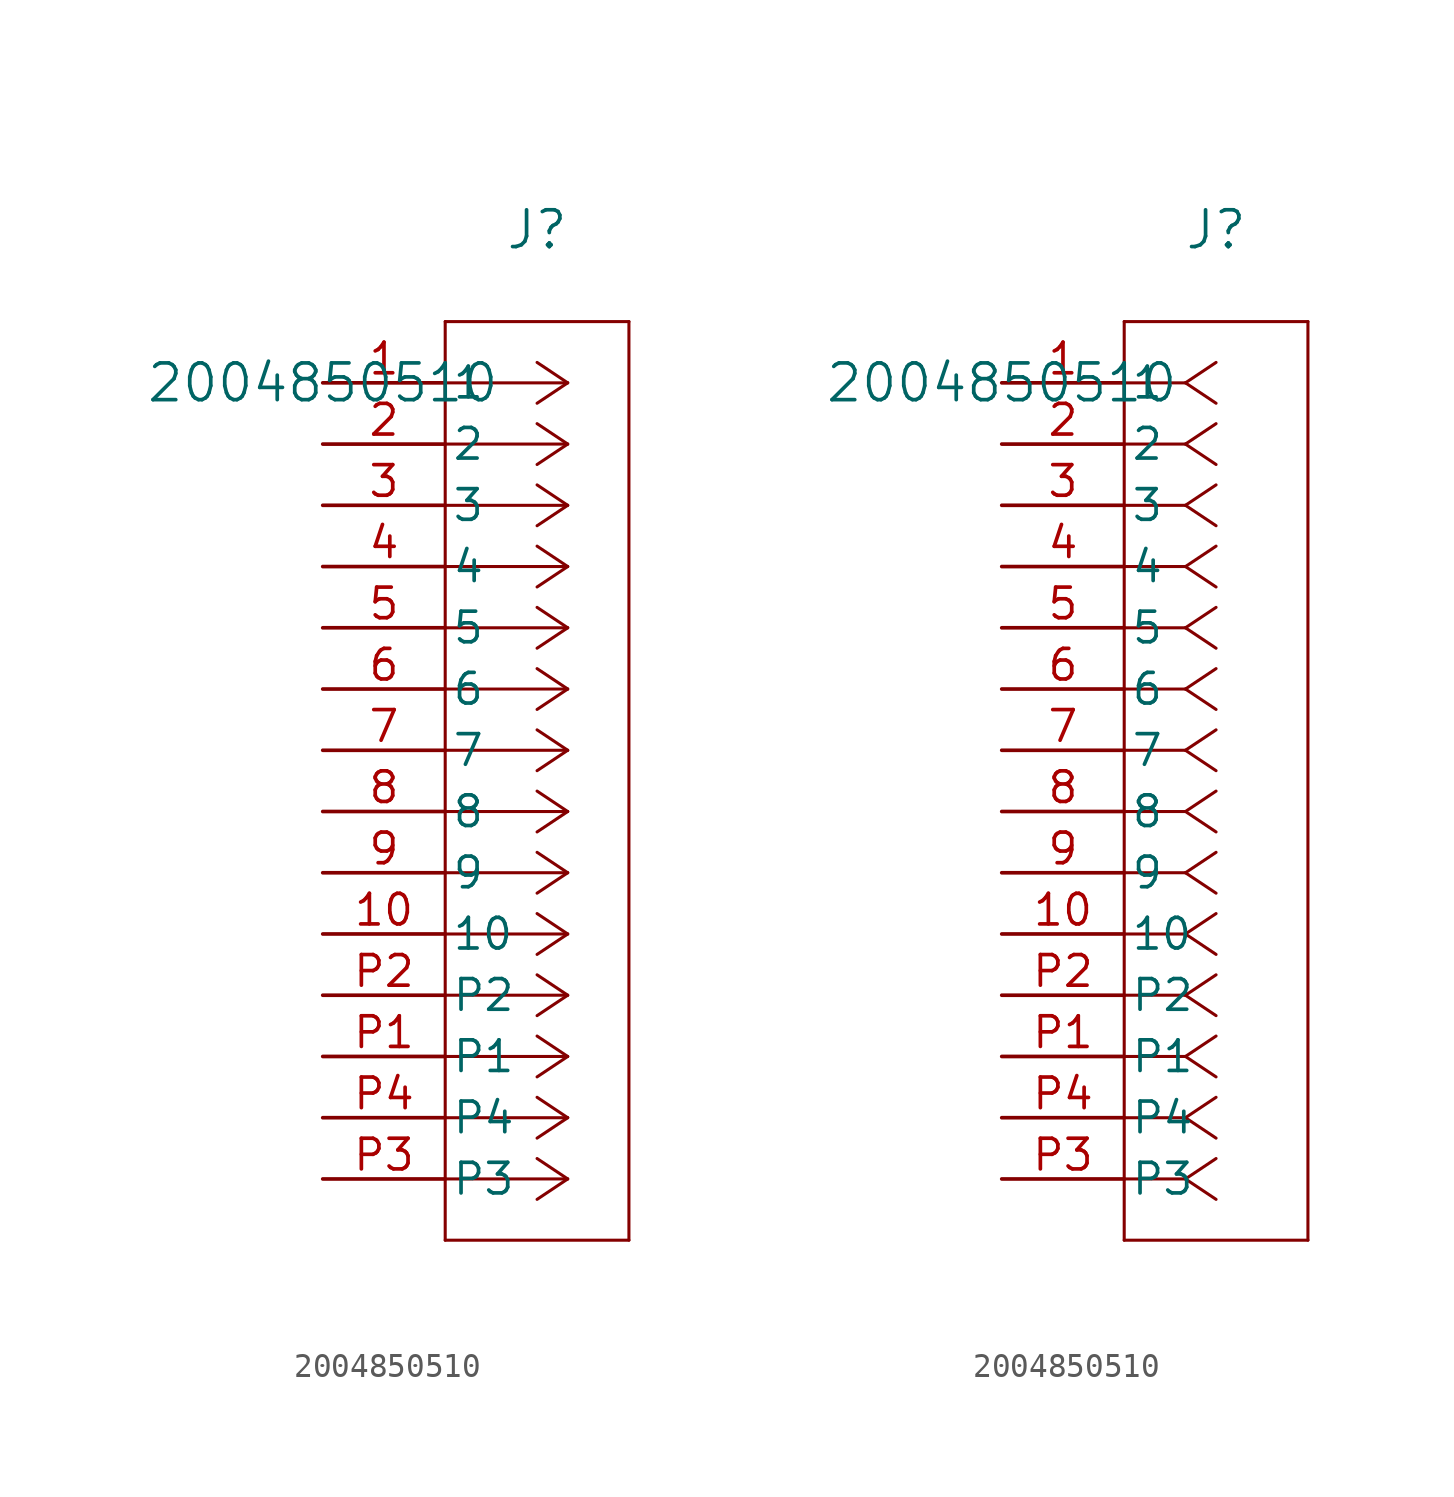
<source format=kicad_sym>
(kicad_symbol_lib
  (version 20211014)
  (generator kicad_symbol_editor)
  (symbol "2004850510"
    (pin_names
      (offset 0.254))
    (property "Reference" "J"
      (at 8.89 6.35 0)
      (effects (font (size 1.524 1.524))))
    (property "Value" "2004850510"
      (at 0 0 0)
      (effects (font (size 1.524 1.524))))
    (symbol "2004850510_1_1"
      (polyline (pts (xy 10.16 0) (xy 5.08 0)) (stroke (width 0.127) (type default) (color 0 0 0 0)) (fill (type none)))
      (polyline (pts (xy 10.16 -2.54) (xy 5.08 -2.54)) (stroke (width 0.127) (type default) (color 0 0 0 0)) (fill (type none)))
      (polyline (pts (xy 10.16 -5.08) (xy 5.08 -5.08)) (stroke (width 0.127) (type default) (color 0 0 0 0)) (fill (type none)))
      (polyline (pts (xy 10.16 -7.62) (xy 5.08 -7.62)) (stroke (width 0.127) (type default) (color 0 0 0 0)) (fill (type none)))
      (polyline (pts (xy 10.16 -10.16) (xy 5.08 -10.16)) (stroke (width 0.127) (type default) (color 0 0 0 0)) (fill (type none)))
      (polyline (pts (xy 10.16 -12.7) (xy 5.08 -12.7)) (stroke (width 0.127) (type default) (color 0 0 0 0)) (fill (type none)))
      (polyline (pts (xy 10.16 -15.24) (xy 5.08 -15.24)) (stroke (width 0.127) (type default) (color 0 0 0 0)) (fill (type none)))
      (polyline (pts (xy 10.16 -17.78) (xy 5.08 -17.78)) (stroke (width 0.127) (type default) (color 0 0 0 0)) (fill (type none)))
      (polyline (pts (xy 10.16 -20.32) (xy 5.08 -20.32)) (stroke (width 0.127) (type default) (color 0 0 0 0)) (fill (type none)))
      (polyline (pts (xy 10.16 -22.86) (xy 5.08 -22.86)) (stroke (width 0.127) (type default) (color 0 0 0 0)) (fill (type none)))
      (polyline (pts (xy 10.16 -25.4) (xy 5.08 -25.4)) (stroke (width 0.127) (type default) (color 0 0 0 0)) (fill (type none)))
      (polyline (pts (xy 10.16 -27.94) (xy 5.08 -27.94)) (stroke (width 0.127) (type default) (color 0 0 0 0)) (fill (type none)))
      (polyline (pts (xy 10.16 -30.48) (xy 5.08 -30.48)) (stroke (width 0.127) (type default) (color 0 0 0 0)) (fill (type none)))
      (polyline (pts (xy 10.16 -33.02) (xy 5.08 -33.02)) (stroke (width 0.127) (type default) (color 0 0 0 0)) (fill (type none)))
      (polyline (pts (xy 10.16 0) (xy 8.89 0.847)) (stroke (width 0.127) (type default) (color 0 0 0 0)) (fill (type none)))
      (polyline (pts (xy 10.16 -2.54) (xy 8.89 -1.693)) (stroke (width 0.127) (type default) (color 0 0 0 0)) (fill (type none)))
      (polyline (pts (xy 10.16 -5.08) (xy 8.89 -4.233)) (stroke (width 0.127) (type default) (color 0 0 0 0)) (fill (type none)))
      (polyline (pts (xy 10.16 -7.62) (xy 8.89 -6.773)) (stroke (width 0.127) (type default) (color 0 0 0 0)) (fill (type none)))
      (polyline (pts (xy 10.16 -10.16) (xy 8.89 -9.313)) (stroke (width 0.127) (type default) (color 0 0 0 0)) (fill (type none)))
      (polyline (pts (xy 10.16 -12.7) (xy 8.89 -11.853)) (stroke (width 0.127) (type default) (color 0 0 0 0)) (fill (type none)))
      (polyline (pts (xy 10.16 -15.24) (xy 8.89 -14.393)) (stroke (width 0.127) (type default) (color 0 0 0 0)) (fill (type none)))
      (polyline (pts (xy 10.16 -17.78) (xy 8.89 -16.933)) (stroke (width 0.127) (type default) (color 0 0 0 0)) (fill (type none)))
      (polyline (pts (xy 10.16 -20.32) (xy 8.89 -19.473)) (stroke (width 0.127) (type default) (color 0 0 0 0)) (fill (type none)))
      (polyline (pts (xy 10.16 -22.86) (xy 8.89 -22.013)) (stroke (width 0.127) (type default) (color 0 0 0 0)) (fill (type none)))
      (polyline (pts (xy 10.16 -25.4) (xy 8.89 -24.553)) (stroke (width 0.127) (type default) (color 0 0 0 0)) (fill (type none)))
      (polyline (pts (xy 10.16 -27.94) (xy 8.89 -27.093)) (stroke (width 0.127) (type default) (color 0 0 0 0)) (fill (type none)))
      (polyline (pts (xy 10.16 -30.48) (xy 8.89 -29.633)) (stroke (width 0.127) (type default) (color 0 0 0 0)) (fill (type none)))
      (polyline (pts (xy 10.16 -33.02) (xy 8.89 -32.173)) (stroke (width 0.127) (type default) (color 0 0 0 0)) (fill (type none)))
      (polyline (pts (xy 10.16 0) (xy 8.89 -0.847)) (stroke (width 0.127) (type default) (color 0 0 0 0)) (fill (type none)))
      (polyline (pts (xy 10.16 -2.54) (xy 8.89 -3.387)) (stroke (width 0.127) (type default) (color 0 0 0 0)) (fill (type none)))
      (polyline (pts (xy 10.16 -5.08) (xy 8.89 -5.927)) (stroke (width 0.127) (type default) (color 0 0 0 0)) (fill (type none)))
      (polyline (pts (xy 10.16 -7.62) (xy 8.89 -8.467)) (stroke (width 0.127) (type default) (color 0 0 0 0)) (fill (type none)))
      (polyline (pts (xy 10.16 -10.16) (xy 8.89 -11.007)) (stroke (width 0.127) (type default) (color 0 0 0 0)) (fill (type none)))
      (polyline (pts (xy 10.16 -12.7) (xy 8.89 -13.547)) (stroke (width 0.127) (type default) (color 0 0 0 0)) (fill (type none)))
      (polyline (pts (xy 10.16 -15.24) (xy 8.89 -16.087)) (stroke (width 0.127) (type default) (color 0 0 0 0)) (fill (type none)))
      (polyline (pts (xy 10.16 -17.78) (xy 8.89 -18.627)) (stroke (width 0.127) (type default) (color 0 0 0 0)) (fill (type none)))
      (polyline (pts (xy 10.16 -20.32) (xy 8.89 -21.167)) (stroke (width 0.127) (type default) (color 0 0 0 0)) (fill (type none)))
      (polyline (pts (xy 10.16 -22.86) (xy 8.89 -23.707)) (stroke (width 0.127) (type default) (color 0 0 0 0)) (fill (type none)))
      (polyline (pts (xy 10.16 -25.4) (xy 8.89 -26.247)) (stroke (width 0.127) (type default) (color 0 0 0 0)) (fill (type none)))
      (polyline (pts (xy 10.16 -27.94) (xy 8.89 -28.787)) (stroke (width 0.127) (type default) (color 0 0 0 0)) (fill (type none)))
      (polyline (pts (xy 10.16 -30.48) (xy 8.89 -31.327)) (stroke (width 0.127) (type default) (color 0 0 0 0)) (fill (type none)))
      (polyline (pts (xy 10.16 -33.02) (xy 8.89 -33.867)) (stroke (width 0.127) (type default) (color 0 0 0 0)) (fill (type none)))
      (polyline (pts (xy 5.08 2.54) (xy 5.08 -35.56)) (stroke (width 0.127) (type default) (color 0 0 0 0)) (fill (type none)))
      (polyline (pts (xy 5.08 -35.56) (xy 12.7 -35.56)) (stroke (width 0.127) (type default) (color 0 0 0 0)) (fill (type none)))
      (polyline (pts (xy 12.7 -35.56) (xy 12.7 2.54)) (stroke (width 0.127) (type default) (color 0 0 0 0)) (fill (type none)))
      (polyline (pts (xy 12.7 2.54) (xy 5.08 2.54)) (stroke (width 0.127) (type default) (color 0 0 0 0)) (fill (type none)))
      (pin unspecified line (at 0 0 0) (length 5.08) (name "1" (effects (font (size 1.27 1.27)))) (number "1" (effects (font (size 1.27 1.27)))))
      (pin unspecified line (at 0 -2.54 0) (length 5.08) (name "2" (effects (font (size 1.27 1.27)))) (number "2" (effects (font (size 1.27 1.27)))))
      (pin unspecified line (at 0 -5.08 0) (length 5.08) (name "3" (effects (font (size 1.27 1.27)))) (number "3" (effects (font (size 1.27 1.27)))))
      (pin unspecified line (at 0 -7.62 0) (length 5.08) (name "4" (effects (font (size 1.27 1.27)))) (number "4" (effects (font (size 1.27 1.27)))))
      (pin unspecified line (at 0 -10.16 0) (length 5.08) (name "5" (effects (font (size 1.27 1.27)))) (number "5" (effects (font (size 1.27 1.27)))))
      (pin unspecified line (at 0 -12.7 0) (length 5.08) (name "6" (effects (font (size 1.27 1.27)))) (number "6" (effects (font (size 1.27 1.27)))))
      (pin unspecified line (at 0 -15.24 0) (length 5.08) (name "7" (effects (font (size 1.27 1.27)))) (number "7" (effects (font (size 1.27 1.27)))))
      (pin unspecified line (at 0 -17.78 0) (length 5.08) (name "8" (effects (font (size 1.27 1.27)))) (number "8" (effects (font (size 1.27 1.27)))))
      (pin unspecified line (at 0 -20.32 0) (length 5.08) (name "9" (effects (font (size 1.27 1.27)))) (number "9" (effects (font (size 1.27 1.27)))))
      (pin unspecified line (at 0 -22.86 0) (length 5.08) (name "10" (effects (font (size 1.27 1.27)))) (number "10" (effects (font (size 1.27 1.27)))))
      (pin unspecified line (at 0 -25.4 0) (length 5.08) (name "P2" (effects (font (size 1.27 1.27)))) (number "P2" (effects (font (size 1.27 1.27)))))
      (pin unspecified line (at 0 -27.94 0) (length 5.08) (name "P1" (effects (font (size 1.27 1.27)))) (number "P1" (effects (font (size 1.27 1.27)))))
      (pin unspecified line (at 0 -30.48 0) (length 5.08) (name "P4" (effects (font (size 1.27 1.27)))) (number "P4" (effects (font (size 1.27 1.27)))))
      (pin unspecified line (at 0 -33.02 0) (length 5.08) (name "P3" (effects (font (size 1.27 1.27)))) (number "P3" (effects (font (size 1.27 1.27))))))
    (symbol "2004850510_1_2"
      (polyline (pts (xy 7.62 0) (xy 5.08 0)) (stroke (width 0.127) (type default) (color 0 0 0 0)) (fill (type none)))
      (polyline (pts (xy 7.62 -2.54) (xy 5.08 -2.54)) (stroke (width 0.127) (type default) (color 0 0 0 0)) (fill (type none)))
      (polyline (pts (xy 7.62 -5.08) (xy 5.08 -5.08)) (stroke (width 0.127) (type default) (color 0 0 0 0)) (fill (type none)))
      (polyline (pts (xy 7.62 -7.62) (xy 5.08 -7.62)) (stroke (width 0.127) (type default) (color 0 0 0 0)) (fill (type none)))
      (polyline (pts (xy 7.62 -10.16) (xy 5.08 -10.16)) (stroke (width 0.127) (type default) (color 0 0 0 0)) (fill (type none)))
      (polyline (pts (xy 7.62 -12.7) (xy 5.08 -12.7)) (stroke (width 0.127) (type default) (color 0 0 0 0)) (fill (type none)))
      (polyline (pts (xy 7.62 -15.24) (xy 5.08 -15.24)) (stroke (width 0.127) (type default) (color 0 0 0 0)) (fill (type none)))
      (polyline (pts (xy 7.62 -17.78) (xy 5.08 -17.78)) (stroke (width 0.127) (type default) (color 0 0 0 0)) (fill (type none)))
      (polyline (pts (xy 7.62 -20.32) (xy 5.08 -20.32)) (stroke (width 0.127) (type default) (color 0 0 0 0)) (fill (type none)))
      (polyline (pts (xy 7.62 -22.86) (xy 5.08 -22.86)) (stroke (width 0.127) (type default) (color 0 0 0 0)) (fill (type none)))
      (polyline (pts (xy 7.62 -25.4) (xy 5.08 -25.4)) (stroke (width 0.127) (type default) (color 0 0 0 0)) (fill (type none)))
      (polyline (pts (xy 7.62 -27.94) (xy 5.08 -27.94)) (stroke (width 0.127) (type default) (color 0 0 0 0)) (fill (type none)))
      (polyline (pts (xy 7.62 -30.48) (xy 5.08 -30.48)) (stroke (width 0.127) (type default) (color 0 0 0 0)) (fill (type none)))
      (polyline (pts (xy 7.62 -33.02) (xy 5.08 -33.02)) (stroke (width 0.127) (type default) (color 0 0 0 0)) (fill (type none)))
      (polyline (pts (xy 7.62 0) (xy 8.89 0.847)) (stroke (width 0.127) (type default) (color 0 0 0 0)) (fill (type none)))
      (polyline (pts (xy 7.62 -2.54) (xy 8.89 -1.693)) (stroke (width 0.127) (type default) (color 0 0 0 0)) (fill (type none)))
      (polyline (pts (xy 7.62 -5.08) (xy 8.89 -4.233)) (stroke (width 0.127) (type default) (color 0 0 0 0)) (fill (type none)))
      (polyline (pts (xy 7.62 -7.62) (xy 8.89 -6.773)) (stroke (width 0.127) (type default) (color 0 0 0 0)) (fill (type none)))
      (polyline (pts (xy 7.62 -10.16) (xy 8.89 -9.313)) (stroke (width 0.127) (type default) (color 0 0 0 0)) (fill (type none)))
      (polyline (pts (xy 7.62 -12.7) (xy 8.89 -11.853)) (stroke (width 0.127) (type default) (color 0 0 0 0)) (fill (type none)))
      (polyline (pts (xy 7.62 -15.24) (xy 8.89 -14.393)) (stroke (width 0.127) (type default) (color 0 0 0 0)) (fill (type none)))
      (polyline (pts (xy 7.62 -17.78) (xy 8.89 -16.933)) (stroke (width 0.127) (type default) (color 0 0 0 0)) (fill (type none)))
      (polyline (pts (xy 7.62 -20.32) (xy 8.89 -19.473)) (stroke (width 0.127) (type default) (color 0 0 0 0)) (fill (type none)))
      (polyline (pts (xy 7.62 -22.86) (xy 8.89 -22.013)) (stroke (width 0.127) (type default) (color 0 0 0 0)) (fill (type none)))
      (polyline (pts (xy 7.62 -25.4) (xy 8.89 -24.553)) (stroke (width 0.127) (type default) (color 0 0 0 0)) (fill (type none)))
      (polyline (pts (xy 7.62 -27.94) (xy 8.89 -27.093)) (stroke (width 0.127) (type default) (color 0 0 0 0)) (fill (type none)))
      (polyline (pts (xy 7.62 -30.48) (xy 8.89 -29.633)) (stroke (width 0.127) (type default) (color 0 0 0 0)) (fill (type none)))
      (polyline (pts (xy 7.62 -33.02) (xy 8.89 -32.173)) (stroke (width 0.127) (type default) (color 0 0 0 0)) (fill (type none)))
      (polyline (pts (xy 7.62 0) (xy 8.89 -0.847)) (stroke (width 0.127) (type default) (color 0 0 0 0)) (fill (type none)))
      (polyline (pts (xy 7.62 -2.54) (xy 8.89 -3.387)) (stroke (width 0.127) (type default) (color 0 0 0 0)) (fill (type none)))
      (polyline (pts (xy 7.62 -5.08) (xy 8.89 -5.927)) (stroke (width 0.127) (type default) (color 0 0 0 0)) (fill (type none)))
      (polyline (pts (xy 7.62 -7.62) (xy 8.89 -8.467)) (stroke (width 0.127) (type default) (color 0 0 0 0)) (fill (type none)))
      (polyline (pts (xy 7.62 -10.16) (xy 8.89 -11.007)) (stroke (width 0.127) (type default) (color 0 0 0 0)) (fill (type none)))
      (polyline (pts (xy 7.62 -12.7) (xy 8.89 -13.547)) (stroke (width 0.127) (type default) (color 0 0 0 0)) (fill (type none)))
      (polyline (pts (xy 7.62 -15.24) (xy 8.89 -16.087)) (stroke (width 0.127) (type default) (color 0 0 0 0)) (fill (type none)))
      (polyline (pts (xy 7.62 -17.78) (xy 8.89 -18.627)) (stroke (width 0.127) (type default) (color 0 0 0 0)) (fill (type none)))
      (polyline (pts (xy 7.62 -20.32) (xy 8.89 -21.167)) (stroke (width 0.127) (type default) (color 0 0 0 0)) (fill (type none)))
      (polyline (pts (xy 7.62 -22.86) (xy 8.89 -23.707)) (stroke (width 0.127) (type default) (color 0 0 0 0)) (fill (type none)))
      (polyline (pts (xy 7.62 -25.4) (xy 8.89 -26.247)) (stroke (width 0.127) (type default) (color 0 0 0 0)) (fill (type none)))
      (polyline (pts (xy 7.62 -27.94) (xy 8.89 -28.787)) (stroke (width 0.127) (type default) (color 0 0 0 0)) (fill (type none)))
      (polyline (pts (xy 7.62 -30.48) (xy 8.89 -31.327)) (stroke (width 0.127) (type default) (color 0 0 0 0)) (fill (type none)))
      (polyline (pts (xy 7.62 -33.02) (xy 8.89 -33.867)) (stroke (width 0.127) (type default) (color 0 0 0 0)) (fill (type none)))
      (polyline (pts (xy 5.08 2.54) (xy 5.08 -35.56)) (stroke (width 0.127) (type default) (color 0 0 0 0)) (fill (type none)))
      (polyline (pts (xy 5.08 -35.56) (xy 12.7 -35.56)) (stroke (width 0.127) (type default) (color 0 0 0 0)) (fill (type none)))
      (polyline (pts (xy 12.7 -35.56) (xy 12.7 2.54)) (stroke (width 0.127) (type default) (color 0 0 0 0)) (fill (type none)))
      (polyline (pts (xy 12.7 2.54) (xy 5.08 2.54)) (stroke (width 0.127) (type default) (color 0 0 0 0)) (fill (type none)))
      (pin unspecified line (at 0 0 0) (length 5.08) (name "1" (effects (font (size 1.27 1.27)))) (number "1" (effects (font (size 1.27 1.27)))))
      (pin unspecified line (at 0 -2.54 0) (length 5.08) (name "2" (effects (font (size 1.27 1.27)))) (number "2" (effects (font (size 1.27 1.27)))))
      (pin unspecified line (at 0 -5.08 0) (length 5.08) (name "3" (effects (font (size 1.27 1.27)))) (number "3" (effects (font (size 1.27 1.27)))))
      (pin unspecified line (at 0 -7.62 0) (length 5.08) (name "4" (effects (font (size 1.27 1.27)))) (number "4" (effects (font (size 1.27 1.27)))))
      (pin unspecified line (at 0 -10.16 0) (length 5.08) (name "5" (effects (font (size 1.27 1.27)))) (number "5" (effects (font (size 1.27 1.27)))))
      (pin unspecified line (at 0 -12.7 0) (length 5.08) (name "6" (effects (font (size 1.27 1.27)))) (number "6" (effects (font (size 1.27 1.27)))))
      (pin unspecified line (at 0 -15.24 0) (length 5.08) (name "7" (effects (font (size 1.27 1.27)))) (number "7" (effects (font (size 1.27 1.27)))))
      (pin unspecified line (at 0 -17.78 0) (length 5.08) (name "8" (effects (font (size 1.27 1.27)))) (number "8" (effects (font (size 1.27 1.27)))))
      (pin unspecified line (at 0 -20.32 0) (length 5.08) (name "9" (effects (font (size 1.27 1.27)))) (number "9" (effects (font (size 1.27 1.27)))))
      (pin unspecified line (at 0 -22.86 0) (length 5.08) (name "10" (effects (font (size 1.27 1.27)))) (number "10" (effects (font (size 1.27 1.27)))))
      (pin unspecified line (at 0 -25.4 0) (length 5.08) (name "P2" (effects (font (size 1.27 1.27)))) (number "P2" (effects (font (size 1.27 1.27)))))
      (pin unspecified line (at 0 -27.94 0) (length 5.08) (name "P1" (effects (font (size 1.27 1.27)))) (number "P1" (effects (font (size 1.27 1.27)))))
      (pin unspecified line (at 0 -30.48 0) (length 5.08) (name "P4" (effects (font (size 1.27 1.27)))) (number "P4" (effects (font (size 1.27 1.27)))))
      (pin unspecified line (at 0 -33.02 0) (length 5.08) (name "P3" (effects (font (size 1.27 1.27)))) (number "P3" (effects (font (size 1.27 1.27))))))))
</source>
